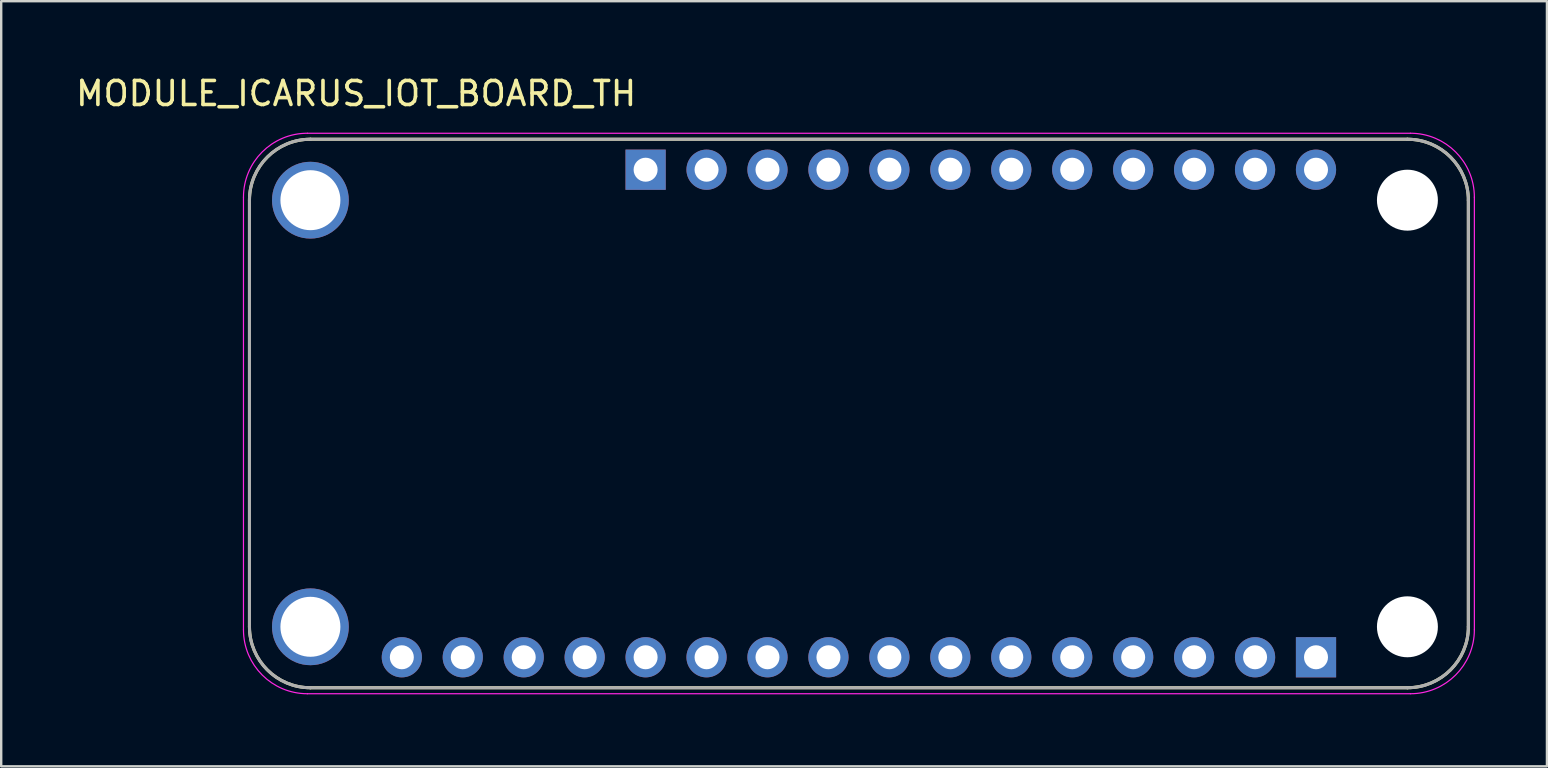
<source format=kicad_pcb>
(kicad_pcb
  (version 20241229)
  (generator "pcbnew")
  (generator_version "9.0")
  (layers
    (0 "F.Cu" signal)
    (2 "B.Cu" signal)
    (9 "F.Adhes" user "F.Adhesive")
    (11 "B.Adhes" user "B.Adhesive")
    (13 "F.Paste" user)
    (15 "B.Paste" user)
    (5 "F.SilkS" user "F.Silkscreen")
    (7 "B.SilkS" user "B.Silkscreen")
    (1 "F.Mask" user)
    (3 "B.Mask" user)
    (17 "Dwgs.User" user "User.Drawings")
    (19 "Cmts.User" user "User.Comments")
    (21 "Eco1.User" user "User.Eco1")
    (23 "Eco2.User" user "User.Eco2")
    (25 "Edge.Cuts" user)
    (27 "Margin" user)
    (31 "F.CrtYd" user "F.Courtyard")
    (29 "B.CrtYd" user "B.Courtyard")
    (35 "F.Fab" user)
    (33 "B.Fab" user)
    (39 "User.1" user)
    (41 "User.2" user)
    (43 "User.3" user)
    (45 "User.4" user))
  (footprint "MODULE_ICARUS_IOT_BOARD_TH"
    (layer "F.Cu")
    (at 32.747 14.183)
    (property "Reference" "MODULE_ICARUS_IOT_BOARD_TH" (at -20.955 -13.335 0) (layer "F.SilkS") (effects (font (size 1 1) (thickness 0.15))))
    (attr through_hole)
    (fp_line (start -25.4 8.89) (end -25.4 -8.89) (stroke (width 0.127) (type solid)) (layer "F.SilkS"))
    (fp_line (start -22.86 -11.43) (end 22.86 -11.43) (stroke (width 0.127) (type solid)) (layer "F.SilkS"))
    (fp_line (start 22.86 11.43) (end -22.86 11.43) (stroke (width 0.127) (type solid)) (layer "F.SilkS"))
    (fp_line (start 25.4 -8.89) (end 25.4 8.89) (stroke (width 0.127) (type solid)) (layer "F.SilkS"))
    (fp_arc (start -25.4 -8.89) (mid -24.656051 -10.686051) (end -22.86 -11.43) (stroke (width 0.127) (type solid)) (layer "F.SilkS"))
    (fp_arc (start -22.86 11.43) (mid -24.656051 10.686051) (end -25.4 8.89) (stroke (width 0.127) (type solid)) (layer "F.SilkS"))
    (fp_arc (start 22.86 -11.43) (mid 24.656051 -10.686051) (end 25.4 -8.89) (stroke (width 0.127) (type solid)) (layer "F.SilkS"))
    (fp_arc (start 25.4 8.89) (mid 24.656051 10.686051) (end 22.86 11.43) (stroke (width 0.127) (type solid)) (layer "F.SilkS"))
    (fp_line (start -25.65 9.015) (end -25.65 -9.015) (stroke (width 0.05) (type solid)) (layer "F.CrtYd"))
    (fp_line (start -22.985 -11.68) (end 22.985 -11.68) (stroke (width 0.05) (type solid)) (layer "F.CrtYd"))
    (fp_line (start 22.985 11.68) (end -22.985 11.68) (stroke (width 0.05) (type solid)) (layer "F.CrtYd"))
    (fp_line (start 25.65 -9.015) (end 25.65 9.015) (stroke (width 0.05) (type solid)) (layer "F.CrtYd"))
    (fp_arc (start -25.65 -9.015) (mid -24.86944 -10.89944) (end -22.985 -11.68) (stroke (width 0.05) (type solid)) (layer "F.CrtYd"))
    (fp_arc (start -22.985 11.68) (mid -24.86944 10.89944) (end -25.65 9.015) (stroke (width 0.05) (type solid)) (layer "F.CrtYd"))
    (fp_arc (start 22.985 -11.68) (mid 24.86944 -10.89944) (end 25.65 -9.015) (stroke (width 0.05) (type solid)) (layer "F.CrtYd"))
    (fp_arc (start 25.65 9.015) (mid 24.86944 10.89944) (end 22.985 11.68) (stroke (width 0.05) (type solid)) (layer "F.CrtYd"))
    (fp_line (start -25.4 8.89) (end -25.4 -8.89) (stroke (width 0.127) (type solid)) (layer "F.Fab"))
    (fp_line (start -22.86 -11.43) (end 22.86 -11.43) (stroke (width 0.127) (type solid)) (layer "F.Fab"))
    (fp_line (start 22.86 11.43) (end -22.86 11.43) (stroke (width 0.127) (type solid)) (layer "F.Fab"))
    (fp_line (start 25.4 -8.89) (end 25.4 8.89) (stroke (width 0.127) (type solid)) (layer "F.Fab"))
    (fp_arc (start -25.4 -8.89) (mid -24.656051 -10.686051) (end -22.86 -11.43) (stroke (width 0.127) (type solid)) (layer "F.Fab"))
    (fp_arc (start -22.86 11.43) (mid -24.656051 10.686051) (end -25.4 8.89) (stroke (width 0.127) (type solid)) (layer "F.Fab"))
    (fp_arc (start 22.86 -11.43) (mid 24.656051 -10.686051) (end 25.4 -8.89) (stroke (width 0.127) (type solid)) (layer "F.Fab"))
    (fp_arc (start 25.4 8.89) (mid 24.656051 10.686051) (end 22.86 11.43) (stroke (width 0.127) (type solid)) (layer "F.Fab"))
    (pad "" np_thru_hole circle (at 22.86 -8.89) (size 2.54 2.54) (drill 2.54) (layers "*.Cu" "*.Mask"))
    (pad "" np_thru_hole circle (at 22.86 8.89) (size 2.54 2.54) (drill 2.54) (layers "*.Cu" "*.Mask"))
    (pad "JP1_1" thru_hole rect (at 19.05 10.16) (size 1.676 1.676) (drill 1) (layers "*.Cu" "*.Mask"))
    (pad "JP1_2" thru_hole circle (at 16.51 10.16) (size 1.676 1.676) (drill 1) (layers "*.Cu" "*.Mask"))
    (pad "JP1_3" thru_hole circle (at 13.97 10.16) (size 1.676 1.676) (drill 1) (layers "*.Cu" "*.Mask"))
    (pad "JP1_4" thru_hole circle (at 11.43 10.16) (size 1.676 1.676) (drill 1) (layers "*.Cu" "*.Mask"))
    (pad "JP1_5" thru_hole circle (at 8.89 10.16) (size 1.676 1.676) (drill 1) (layers "*.Cu" "*.Mask"))
    (pad "JP1_6" thru_hole circle (at 6.35 10.16) (size 1.676 1.676) (drill 1) (layers "*.Cu" "*.Mask"))
    (pad "JP1_7" thru_hole circle (at 3.81 10.16) (size 1.676 1.676) (drill 1) (layers "*.Cu" "*.Mask"))
    (pad "JP1_8" thru_hole circle (at 1.27 10.16) (size 1.676 1.676) (drill 1) (layers "*.Cu" "*.Mask"))
    (pad "JP1_9" thru_hole circle (at -1.27 10.16) (size 1.676 1.676) (drill 1) (layers "*.Cu" "*.Mask"))
    (pad "JP1_10" thru_hole circle (at -3.81 10.16) (size 1.676 1.676) (drill 1) (layers "*.Cu" "*.Mask"))
    (pad "JP1_11" thru_hole circle (at -6.35 10.16) (size 1.676 1.676) (drill 1) (layers "*.Cu" "*.Mask"))
    (pad "JP1_12" thru_hole circle (at -8.89 10.16) (size 1.676 1.676) (drill 1) (layers "*.Cu" "*.Mask"))
    (pad "JP1_13" thru_hole circle (at -11.43 10.16) (size 1.676 1.676) (drill 1) (layers "*.Cu" "*.Mask"))
    (pad "JP1_14" thru_hole circle (at -13.97 10.16) (size 1.676 1.676) (drill 1) (layers "*.Cu" "*.Mask"))
    (pad "JP1_15" thru_hole circle (at -16.51 10.16) (size 1.676 1.676) (drill 1) (layers "*.Cu" "*.Mask"))
    (pad "JP1_16" thru_hole circle (at -19.05 10.16) (size 1.676 1.676) (drill 1) (layers "*.Cu" "*.Mask"))
    (pad "JP3_1" thru_hole rect (at -8.89 -10.16) (size 1.676 1.676) (drill 1) (layers "*.Cu" "*.Mask"))
    (pad "JP3_2" thru_hole circle (at -6.35 -10.16) (size 1.676 1.676) (drill 1) (layers "*.Cu" "*.Mask"))
    (pad "JP3_3" thru_hole circle (at -3.81 -10.16) (size 1.676 1.676) (drill 1) (layers "*.Cu" "*.Mask"))
    (pad "JP3_4" thru_hole circle (at -1.27 -10.16) (size 1.676 1.676) (drill 1) (layers "*.Cu" "*.Mask"))
    (pad "JP3_5" thru_hole circle (at 1.27 -10.16) (size 1.676 1.676) (drill 1) (layers "*.Cu" "*.Mask"))
    (pad "JP3_6" thru_hole circle (at 3.81 -10.16) (size 1.676 1.676) (drill 1) (layers "*.Cu" "*.Mask"))
    (pad "JP3_7" thru_hole circle (at 6.35 -10.16) (size 1.676 1.676) (drill 1) (layers "*.Cu" "*.Mask"))
    (pad "JP3_8" thru_hole circle (at 8.89 -10.16) (size 1.676 1.676) (drill 1) (layers "*.Cu" "*.Mask"))
    (pad "JP3_9" thru_hole circle (at 11.43 -10.16) (size 1.676 1.676) (drill 1) (layers "*.Cu" "*.Mask"))
    (pad "JP3_10" thru_hole circle (at 13.97 -10.16) (size 1.676 1.676) (drill 1) (layers "*.Cu" "*.Mask"))
    (pad "JP3_11" thru_hole circle (at 16.51 -10.16) (size 1.676 1.676) (drill 1) (layers "*.Cu" "*.Mask"))
    (pad "JP3_12" thru_hole circle (at 19.05 -10.16) (size 1.676 1.676) (drill 1) (layers "*.Cu" "*.Mask"))
    (pad "P1" thru_hole circle (at -22.86 -8.89) (size 3.2 3.2) (drill 2.5) (layers "*.Cu" "*.Mask"))
    (pad "P2" thru_hole circle (at -22.86 8.89) (size 3.2 3.2) (drill 2.5) (layers "*.Cu" "*.Mask")))
  (gr_rect
    (start -3 -3)
    (end 61.422 28.888)
    (stroke (width 0.1) (type default))
    (fill no)
    (layer "Edge.Cuts")))
</source>
